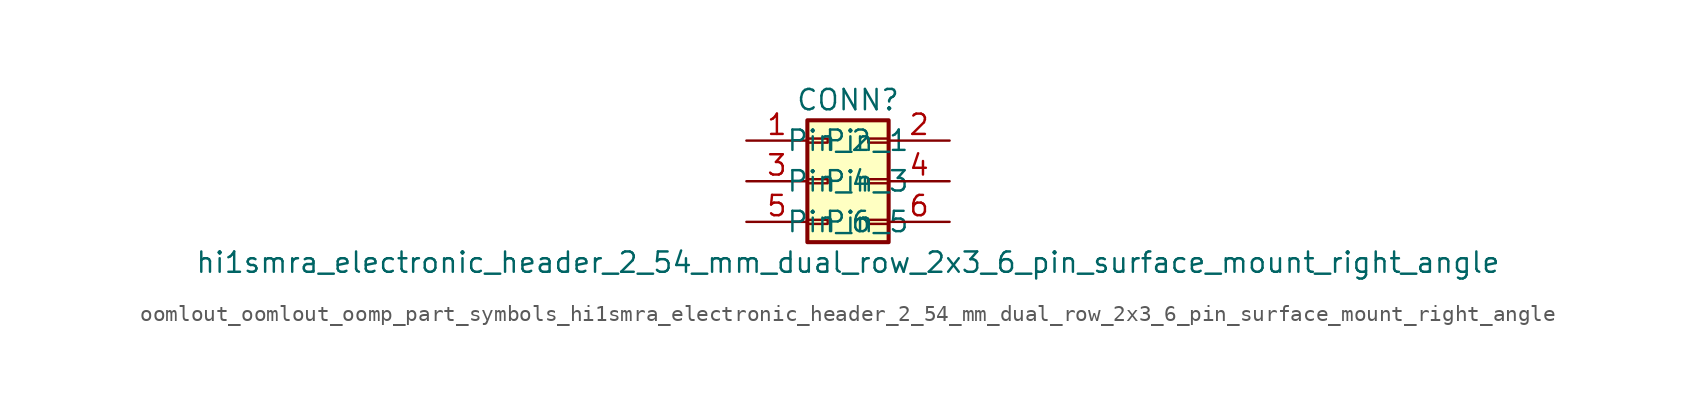
<source format=kicad_sym>
(kicad_symbol_lib
  (version 20220914)
  (generator kicad_symbol_editor)
  (symbol "oomlout_oomlout_oomp_part_symbols_hi1smra_electronic_header_2_54_mm_dual_row_2x3_6_pin_surface_mount_right_angle"
    (pin_names
      (offset 1.016))
    (property "Reference" "CONN"
      (at 1.27 5.08 0)
      (effects (font (size 1.27 1.27))))
    (property "Value" "hi1smra_electronic_header_2_54_mm_dual_row_2x3_6_pin_surface_mount_right_angle"
      (at 1.27 -5.08 0)
      (effects (font (size 1.27 1.27))))
    (symbol "oomlout_oomlout_oomp_part_symbols_hi1smra_electronic_header_2_54_mm_dual_row_2x3_6_pin_surface_mount_right_angle_1_1"
      (rectangle (start -1.27 -2.413) (end 0 -2.667) (stroke (width 0.152) (type default)) (fill (type none)))
      (rectangle (start -1.27 0.127) (end 0 -0.127) (stroke (width 0.152) (type default)) (fill (type none)))
      (rectangle (start -1.27 2.667) (end 0 2.413) (stroke (width 0.152) (type default)) (fill (type none)))
      (rectangle (start -1.27 3.81) (end 3.81 -3.81) (stroke (width 0.254) (type default)) (fill (type background)))
      (rectangle (start 3.81 -2.413) (end 2.54 -2.667) (stroke (width 0.152) (type default)) (fill (type none)))
      (rectangle (start 3.81 0.127) (end 2.54 -0.127) (stroke (width 0.152) (type default)) (fill (type none)))
      (rectangle (start 3.81 2.667) (end 2.54 2.413) (stroke (width 0.152) (type default)) (fill (type none)))
      (pin passive line (at -5.08 2.54 0) (length 3.81) (name "Pin_1" (effects (font (size 1.27 1.27)))) (number "1" (effects (font (size 1.27 1.27)))))
      (pin passive line (at 7.62 2.54 180) (length 3.81) (name "Pin_2" (effects (font (size 1.27 1.27)))) (number "2" (effects (font (size 1.27 1.27)))))
      (pin passive line (at -5.08 0 0) (length 3.81) (name "Pin_3" (effects (font (size 1.27 1.27)))) (number "3" (effects (font (size 1.27 1.27)))))
      (pin passive line (at 7.62 0 180) (length 3.81) (name "Pin_4" (effects (font (size 1.27 1.27)))) (number "4" (effects (font (size 1.27 1.27)))))
      (pin passive line (at -5.08 -2.54 0) (length 3.81) (name "Pin_5" (effects (font (size 1.27 1.27)))) (number "5" (effects (font (size 1.27 1.27)))))
      (pin passive line (at 7.62 -2.54 180) (length 3.81) (name "Pin_6" (effects (font (size 1.27 1.27)))) (number "6" (effects (font (size 1.27 1.27))))))))
</source>
